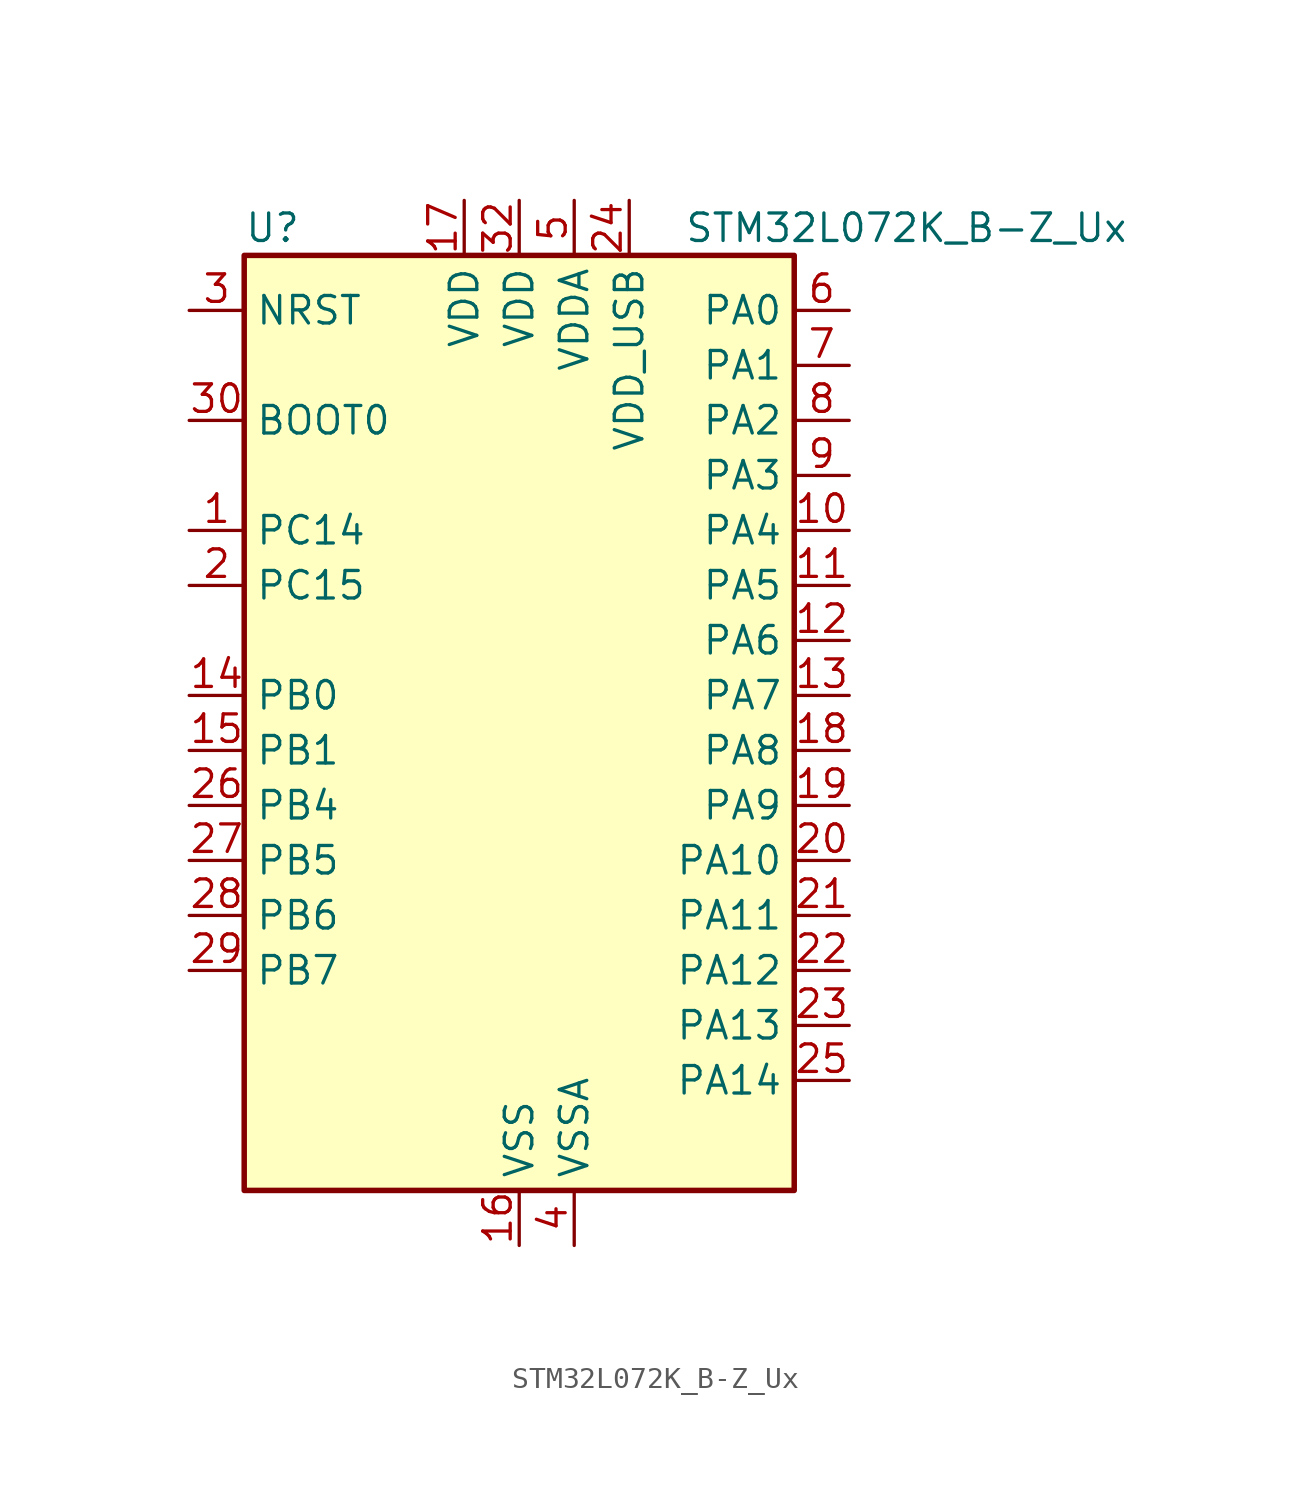
<source format=kicad_sym>
(kicad_symbol_lib
  (version 20231120)
  (generator "kicad_symbol_editor")
  (generator_version "8.0")
  (symbol "STM32L072K_B-Z_Ux"
    (property "Reference" "U"
      (at -12.7 24.13 0)
      (effects (font (size 1.27 1.27)) (justify left)))
    (property "Value" "STM32L072K_B-Z_Ux"
      (at 7.62 24.13 0)
      (effects (font (size 1.27 1.27)) (justify left)))
    (property "ki_locked" ""
      (at 0 0 0)
      (effects (font (size 1.27 1.27))))
    (symbol "STM32L072K_B-Z_Ux_0_1"
      (rectangle (start -12.7 -20.32) (end 12.7 22.86) (stroke (width 0.254) (type default)) (fill (type background))))
    (symbol "STM32L072K_B-Z_Ux_1_1"
      (pin bidirectional line (at -15.24 10.16 0) (length 2.54) (name "PC14" (effects (font (size 1.27 1.27)))) (number "1" (effects (font (size 1.27 1.27)))) (alternate "RCC_OSC32_IN" bidirectional line))
      (pin bidirectional line (at 15.24 10.16 180) (length 2.54) (name "PA4" (effects (font (size 1.27 1.27)))) (number "10" (effects (font (size 1.27 1.27)))) (alternate "ADC_IN4" bidirectional line) (alternate "COMP1_INM" bidirectional line) (alternate "COMP2_INM" bidirectional line) (alternate "DAC_OUT1" bidirectional line) (alternate "SPI1_NSS" bidirectional line) (alternate "TIM22_ETR" bidirectional line) (alternate "TSC_G2_IO1" bidirectional line) (alternate "USART2_CK" bidirectional line))
      (pin bidirectional line (at 15.24 7.62 180) (length 2.54) (name "PA5" (effects (font (size 1.27 1.27)))) (number "11" (effects (font (size 1.27 1.27)))) (alternate "ADC_IN5" bidirectional line) (alternate "COMP1_INM" bidirectional line) (alternate "COMP2_INM" bidirectional line) (alternate "DAC_OUT2" bidirectional line) (alternate "SPI1_SCK" bidirectional line) (alternate "TIM2_CH1" bidirectional line) (alternate "TIM2_ETR" bidirectional line) (alternate "TSC_G2_IO2" bidirectional line))
      (pin bidirectional line (at 15.24 5.08 180) (length 2.54) (name "PA6" (effects (font (size 1.27 1.27)))) (number "12" (effects (font (size 1.27 1.27)))) (alternate "ADC_IN6" bidirectional line) (alternate "COMP1_OUT" bidirectional line) (alternate "LPUART1_CTS" bidirectional line) (alternate "SPI1_MISO" bidirectional line) (alternate "TIM22_CH1" bidirectional line) (alternate "TIM3_CH1" bidirectional line) (alternate "TSC_G2_IO3" bidirectional line))
      (pin bidirectional line (at 15.24 2.54 180) (length 2.54) (name "PA7" (effects (font (size 1.27 1.27)))) (number "13" (effects (font (size 1.27 1.27)))) (alternate "ADC_IN7" bidirectional line) (alternate "COMP2_OUT" bidirectional line) (alternate "SPI1_MOSI" bidirectional line) (alternate "TIM22_CH2" bidirectional line) (alternate "TIM3_CH2" bidirectional line) (alternate "TSC_G2_IO4" bidirectional line))
      (pin bidirectional line (at -15.24 2.54 0) (length 2.54) (name "PB0" (effects (font (size 1.27 1.27)))) (number "14" (effects (font (size 1.27 1.27)))) (alternate "ADC_IN8" bidirectional line) (alternate "SYS_VREF_OUT_PB0" bidirectional line) (alternate "TIM3_CH3" bidirectional line) (alternate "TSC_G3_IO2" bidirectional line))
      (pin bidirectional line (at -15.24 0 0) (length 2.54) (name "PB1" (effects (font (size 1.27 1.27)))) (number "15" (effects (font (size 1.27 1.27)))) (alternate "ADC_IN9" bidirectional line) (alternate "LPUART1_DE" bidirectional line) (alternate "LPUART1_RTS" bidirectional line) (alternate "SYS_VREF_OUT_PB1" bidirectional line) (alternate "TIM3_CH4" bidirectional line) (alternate "TSC_G3_IO3" bidirectional line))
      (pin power_in line (at 0 -22.86 90) (length 2.54) (name "VSS" (effects (font (size 1.27 1.27)))) (number "16" (effects (font (size 1.27 1.27)))))
      (pin power_in line (at -2.54 25.4 270) (length 2.54) (name "VDD" (effects (font (size 1.27 1.27)))) (number "17" (effects (font (size 1.27 1.27)))))
      (pin bidirectional line (at 15.24 0 180) (length 2.54) (name "PA8" (effects (font (size 1.27 1.27)))) (number "18" (effects (font (size 1.27 1.27)))) (alternate "CRS_SYNC" bidirectional line) (alternate "I2C3_SCL" bidirectional line) (alternate "RCC_MCO" bidirectional line) (alternate "USART1_CK" bidirectional line))
      (pin bidirectional line (at 15.24 -2.54 180) (length 2.54) (name "PA9" (effects (font (size 1.27 1.27)))) (number "19" (effects (font (size 1.27 1.27)))) (alternate "DAC_EXTI9" bidirectional line) (alternate "I2C1_SCL" bidirectional line) (alternate "I2C3_SMBA" bidirectional line) (alternate "RCC_MCO" bidirectional line) (alternate "TSC_G4_IO1" bidirectional line) (alternate "USART1_TX" bidirectional line))
      (pin bidirectional line (at -15.24 7.62 0) (length 2.54) (name "PC15" (effects (font (size 1.27 1.27)))) (number "2" (effects (font (size 1.27 1.27)))) (alternate "RCC_OSC32_OUT" bidirectional line))
      (pin bidirectional line (at 15.24 -5.08 180) (length 2.54) (name "PA10" (effects (font (size 1.27 1.27)))) (number "20" (effects (font (size 1.27 1.27)))) (alternate "I2C1_SDA" bidirectional line) (alternate "TSC_G4_IO2" bidirectional line) (alternate "USART1_RX" bidirectional line))
      (pin bidirectional line (at 15.24 -7.62 180) (length 2.54) (name "PA11" (effects (font (size 1.27 1.27)))) (number "21" (effects (font (size 1.27 1.27)))) (alternate "ADC_EXTI11" bidirectional line) (alternate "COMP1_OUT" bidirectional line) (alternate "SPI1_MISO" bidirectional line) (alternate "TSC_G4_IO3" bidirectional line) (alternate "USART1_CTS" bidirectional line) (alternate "USB_DM" bidirectional line))
      (pin bidirectional line (at 15.24 -10.16 180) (length 2.54) (name "PA12" (effects (font (size 1.27 1.27)))) (number "22" (effects (font (size 1.27 1.27)))) (alternate "COMP2_OUT" bidirectional line) (alternate "SPI1_MOSI" bidirectional line) (alternate "TSC_G4_IO4" bidirectional line) (alternate "USART1_DE" bidirectional line) (alternate "USART1_RTS" bidirectional line) (alternate "USB_DP" bidirectional line))
      (pin bidirectional line (at 15.24 -12.7 180) (length 2.54) (name "PA13" (effects (font (size 1.27 1.27)))) (number "23" (effects (font (size 1.27 1.27)))) (alternate "LPUART1_RX" bidirectional line) (alternate "SYS_SWDIO" bidirectional line) (alternate "USB_NOE" bidirectional line))
      (pin power_in line (at 5.08 25.4 270) (length 2.54) (name "VDD_USB" (effects (font (size 1.27 1.27)))) (number "24" (effects (font (size 1.27 1.27)))))
      (pin bidirectional line (at 15.24 -15.24 180) (length 2.54) (name "PA14" (effects (font (size 1.27 1.27)))) (number "25" (effects (font (size 1.27 1.27)))) (alternate "LPUART1_TX" bidirectional line) (alternate "SYS_SWCLK" bidirectional line) (alternate "USART2_TX" bidirectional line))
      (pin bidirectional line (at -15.24 -2.54 0) (length 2.54) (name "PB4" (effects (font (size 1.27 1.27)))) (number "26" (effects (font (size 1.27 1.27)))) (alternate "COMP2_INP" bidirectional line) (alternate "I2C3_SDA" bidirectional line) (alternate "SPI1_MISO" bidirectional line) (alternate "TIM22_CH1" bidirectional line) (alternate "TIM3_CH1" bidirectional line) (alternate "TSC_G5_IO2" bidirectional line) (alternate "USART1_CTS" bidirectional line))
      (pin bidirectional line (at -15.24 -5.08 0) (length 2.54) (name "PB5" (effects (font (size 1.27 1.27)))) (number "27" (effects (font (size 1.27 1.27)))) (alternate "COMP2_INP" bidirectional line) (alternate "I2C1_SMBA" bidirectional line) (alternate "LPTIM1_IN1" bidirectional line) (alternate "SPI1_MOSI" bidirectional line) (alternate "TIM22_CH2" bidirectional line) (alternate "TIM3_CH2" bidirectional line) (alternate "USART1_CK" bidirectional line))
      (pin bidirectional line (at -15.24 -7.62 0) (length 2.54) (name "PB6" (effects (font (size 1.27 1.27)))) (number "28" (effects (font (size 1.27 1.27)))) (alternate "COMP2_INP" bidirectional line) (alternate "I2C1_SCL" bidirectional line) (alternate "LPTIM1_ETR" bidirectional line) (alternate "TSC_G5_IO3" bidirectional line) (alternate "USART1_TX" bidirectional line))
      (pin bidirectional line (at -15.24 -10.16 0) (length 2.54) (name "PB7" (effects (font (size 1.27 1.27)))) (number "29" (effects (font (size 1.27 1.27)))) (alternate "COMP2_INP" bidirectional line) (alternate "I2C1_SDA" bidirectional line) (alternate "LPTIM1_IN2" bidirectional line) (alternate "SYS_PVD_IN" bidirectional line) (alternate "TSC_G5_IO4" bidirectional line) (alternate "USART1_RX" bidirectional line) (alternate "USART4_CTS" bidirectional line))
      (pin input line (at -15.24 20.32 0) (length 2.54) (name "NRST" (effects (font (size 1.27 1.27)))) (number "3" (effects (font (size 1.27 1.27)))))
      (pin input line (at -15.24 15.24 0) (length 2.54) (name "BOOT0" (effects (font (size 1.27 1.27)))) (number "30" (effects (font (size 1.27 1.27)))))
      (pin passive line (at 0 -22.86 90) (length 2.54) hide (name "VSS" (effects (font (size 1.27 1.27)))) (number "31" (effects (font (size 1.27 1.27)))))
      (pin power_in line (at 0 25.4 270) (length 2.54) (name "VDD" (effects (font (size 1.27 1.27)))) (number "32" (effects (font (size 1.27 1.27)))))
      (pin passive line (at 0 -22.86 90) (length 2.54) hide (name "VSS" (effects (font (size 1.27 1.27)))) (number "33" (effects (font (size 1.27 1.27)))))
      (pin power_in line (at 2.54 -22.86 90) (length 2.54) (name "VSSA" (effects (font (size 1.27 1.27)))) (number "4" (effects (font (size 1.27 1.27)))))
      (pin power_in line (at 2.54 25.4 270) (length 2.54) (name "VDDA" (effects (font (size 1.27 1.27)))) (number "5" (effects (font (size 1.27 1.27)))))
      (pin bidirectional line (at 15.24 20.32 180) (length 2.54) (name "PA0" (effects (font (size 1.27 1.27)))) (number "6" (effects (font (size 1.27 1.27)))) (alternate "ADC_IN0" bidirectional line) (alternate "COMP1_INM" bidirectional line) (alternate "COMP1_OUT" bidirectional line) (alternate "RTC_TAMP2" bidirectional line) (alternate "SYS_WKUP1" bidirectional line) (alternate "TIM2_CH1" bidirectional line) (alternate "TIM2_ETR" bidirectional line) (alternate "TSC_G1_IO1" bidirectional line) (alternate "USART2_CTS" bidirectional line) (alternate "USART4_TX" bidirectional line))
      (pin bidirectional line (at 15.24 17.78 180) (length 2.54) (name "PA1" (effects (font (size 1.27 1.27)))) (number "7" (effects (font (size 1.27 1.27)))) (alternate "ADC_IN1" bidirectional line) (alternate "COMP1_INP" bidirectional line) (alternate "TIM21_ETR" bidirectional line) (alternate "TIM2_CH2" bidirectional line) (alternate "TSC_G1_IO2" bidirectional line) (alternate "USART2_DE" bidirectional line) (alternate "USART2_RTS" bidirectional line) (alternate "USART4_RX" bidirectional line))
      (pin bidirectional line (at 15.24 15.24 180) (length 2.54) (name "PA2" (effects (font (size 1.27 1.27)))) (number "8" (effects (font (size 1.27 1.27)))) (alternate "ADC_IN2" bidirectional line) (alternate "COMP2_INM" bidirectional line) (alternate "COMP2_OUT" bidirectional line) (alternate "LPUART1_TX" bidirectional line) (alternate "TIM21_CH1" bidirectional line) (alternate "TIM2_CH3" bidirectional line) (alternate "TSC_G1_IO3" bidirectional line) (alternate "USART2_TX" bidirectional line))
      (pin bidirectional line (at 15.24 12.7 180) (length 2.54) (name "PA3" (effects (font (size 1.27 1.27)))) (number "9" (effects (font (size 1.27 1.27)))) (alternate "ADC_IN3" bidirectional line) (alternate "COMP2_INP" bidirectional line) (alternate "LPUART1_RX" bidirectional line) (alternate "TIM21_CH2" bidirectional line) (alternate "TIM2_CH4" bidirectional line) (alternate "TSC_G1_IO4" bidirectional line) (alternate "USART2_RX" bidirectional line)))))
</source>
